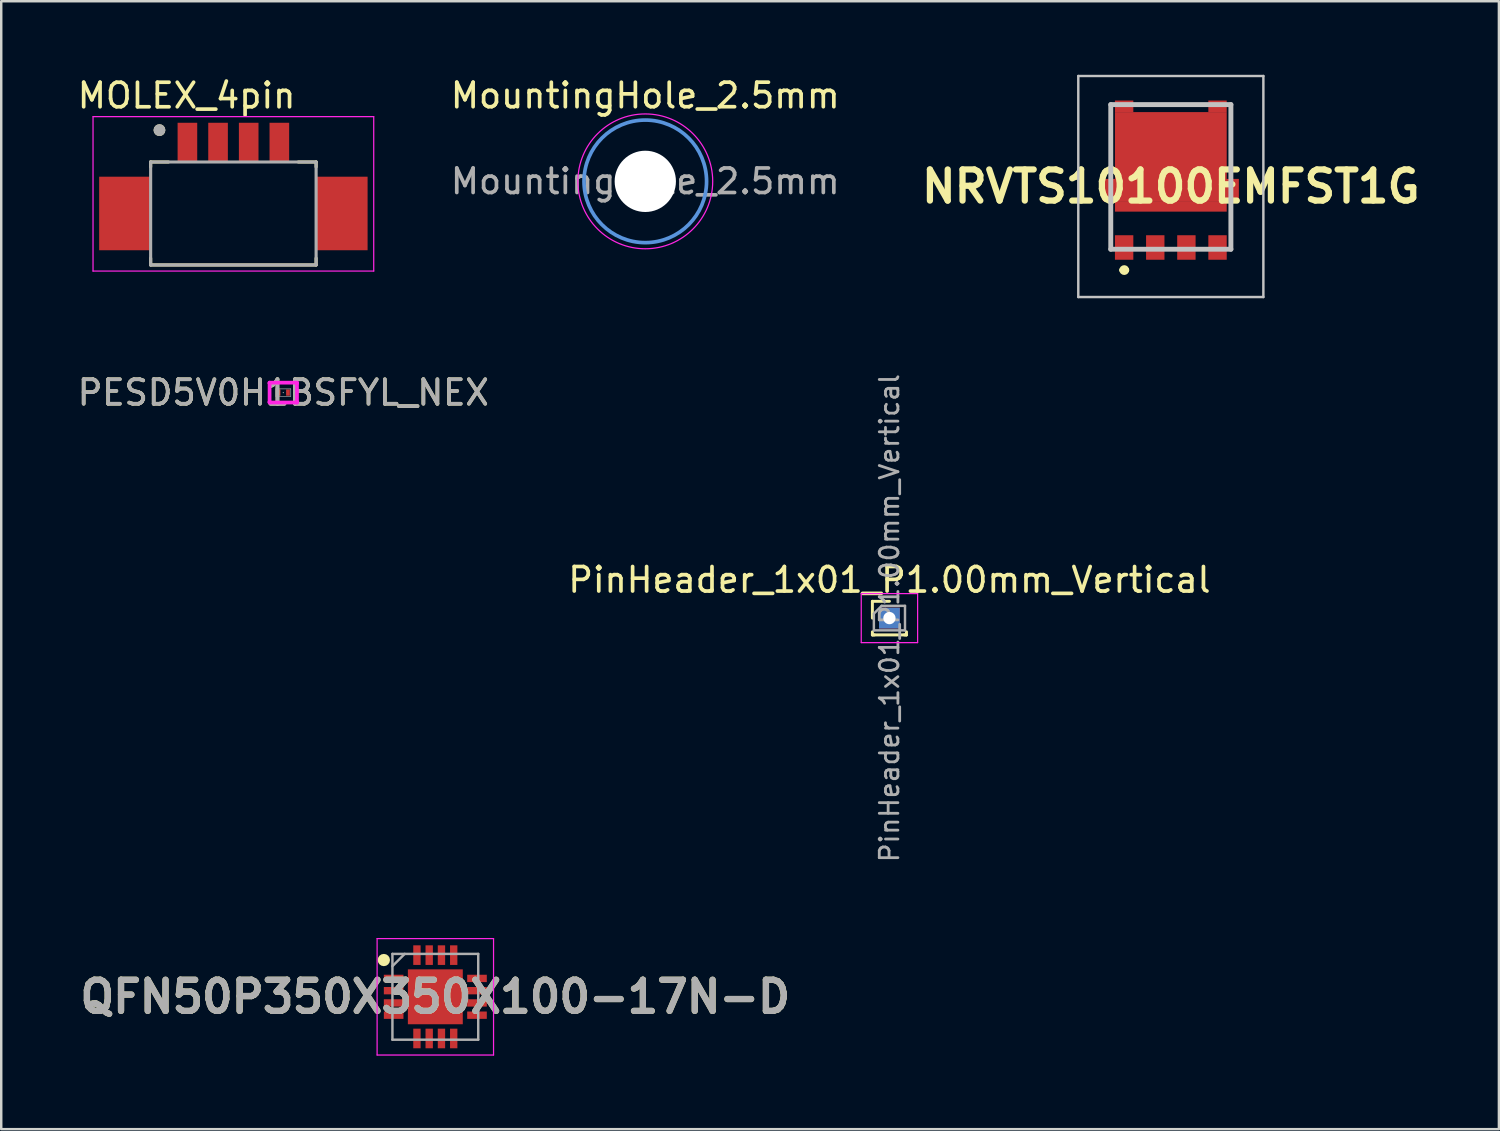
<source format=kicad_pcb>
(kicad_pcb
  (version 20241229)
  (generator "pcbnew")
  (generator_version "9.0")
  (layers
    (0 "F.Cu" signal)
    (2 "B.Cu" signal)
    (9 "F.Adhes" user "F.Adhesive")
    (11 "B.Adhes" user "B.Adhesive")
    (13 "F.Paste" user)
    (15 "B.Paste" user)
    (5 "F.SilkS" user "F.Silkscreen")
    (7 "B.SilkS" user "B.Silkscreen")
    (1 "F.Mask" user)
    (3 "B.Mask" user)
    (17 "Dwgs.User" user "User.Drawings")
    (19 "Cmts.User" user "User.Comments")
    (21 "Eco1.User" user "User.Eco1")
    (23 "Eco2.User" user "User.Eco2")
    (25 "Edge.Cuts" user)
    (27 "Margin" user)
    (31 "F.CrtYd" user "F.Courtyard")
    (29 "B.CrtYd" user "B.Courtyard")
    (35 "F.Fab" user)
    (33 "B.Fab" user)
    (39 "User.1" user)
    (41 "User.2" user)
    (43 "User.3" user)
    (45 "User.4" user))
  (footprint "NRVTS10100EMFST1G"
    (layer "F.Cu")
    (at 42.806 7.067)
    (property "Reference" "NRVTS10100EMFST1G" (at 1.905 -2.509 0) (layer "F.SilkS") (effects (font (size 1.27 1.27) (thickness 0.254))))
    (attr smd)
    (fp_line (start -0.545 -5.4) (end -0.545 -3.4) (stroke (width 0.1) (type solid)) (layer "F.SilkS"))
    (fp_line (start -0.545 -1.4) (end -0.545 -0.9) (stroke (width 0.1) (type solid)) (layer "F.SilkS"))
    (fp_line (start -0.095 0.9) (end -0.095 0.9) (stroke (width 0.2) (type solid)) (layer "F.SilkS"))
    (fp_line (start 0.105 0.9) (end 0.105 0.9) (stroke (width 0.2) (type solid)) (layer "F.SilkS"))
    (fp_line (start 0.905 -5.85) (end 2.905 -5.85) (stroke (width 0.1) (type solid)) (layer "F.SilkS"))
    (fp_line (start 4.355 -5.4) (end 4.355 -3.4) (stroke (width 0.1) (type solid)) (layer "F.SilkS"))
    (fp_line (start 4.355 -1.4) (end 4.355 -0.9) (stroke (width 0.1) (type solid)) (layer "F.SilkS"))
    (fp_arc (start -0.095 0.9) (mid 0.005 0.8) (end 0.105 0.9) (stroke (width 0.2) (type solid)) (layer "F.SilkS"))
    (fp_arc (start 0.105 0.9) (mid 0.005 1) (end -0.095 0.9) (stroke (width 0.2) (type solid)) (layer "F.SilkS"))
    (fp_line (start -1.87 -7.017) (end 5.68 -7.017) (stroke (width 0.1) (type solid)) (layer "Dwgs.User"))
    (fp_line (start -1.87 2) (end -1.87 -7.017) (stroke (width 0.1) (type solid)) (layer "Dwgs.User"))
    (fp_line (start -0.545 -5.85) (end 4.355 -5.85) (stroke (width 0.2) (type solid)) (layer "Dwgs.User"))
    (fp_line (start -0.545 0.05) (end -0.545 -5.85) (stroke (width 0.2) (type solid)) (layer "Dwgs.User"))
    (fp_line (start 4.355 -5.85) (end 4.355 0.05) (stroke (width 0.2) (type solid)) (layer "Dwgs.User"))
    (fp_line (start 4.355 0.05) (end -0.545 0.05) (stroke (width 0.2) (type solid)) (layer "Dwgs.User"))
    (fp_line (start 5.68 -7.017) (end 5.68 2) (stroke (width 0.1) (type solid)) (layer "Dwgs.User"))
    (fp_line (start 5.68 2) (end -1.87 2) (stroke (width 0.1) (type solid)) (layer "Dwgs.User"))
    (pad "1" smd rect (at 0 -0.021) (size 0.75 1) (layers "F.Cu" "F.Mask" "F.Paste"))
    (pad "2" smd rect (at 1.27 -0.021) (size 0.75 1) (layers "F.Cu" "F.Mask" "F.Paste"))
    (pad "3" smd rect (at 2.54 -0.021) (size 0.75 1) (layers "F.Cu" "F.Mask" "F.Paste"))
    (pad "4" smd rect (at 3.81 -0.021) (size 0.75 1) (layers "F.Cu" "F.Mask" "F.Paste"))
    (pad "5" smd rect (at 3.81 -5.779 90) (size 0.475 0.75) (layers "F.Cu" "F.Mask" "F.Paste"))
    (pad "6" smd rect (at 0 -5.779 90) (size 0.475 0.75) (layers "F.Cu" "F.Mask" "F.Paste"))
    (pad "7" smd rect (at 1.905 -4.179 90) (size 2.73 4.56) (layers "F.Cu" "F.Mask" "F.Paste"))
    (pad "8" smd rect (at 1.905 -2.364 90) (size 0.91 5.55) (layers "F.Cu" "F.Mask" "F.Paste"))
    (pad "9" smd rect (at 1.905 -1.699 90) (size 0.43 4.56) (layers "F.Cu" "F.Mask" "F.Paste")))
  (footprint "MOLEX_4pin"
    (layer "F.Cu")
    (at 6.47 2.758)
    (property "Reference" "MOLEX_4pin" (at -1.908 -1.908 0) (layer "F.SilkS") (effects (font (size 1.002 1.002) (thickness 0.15))))
    (attr smd)
    (fp_line (start -3.375 0.8) (end -3.375 1) (stroke (width 0.127) (type solid)) (layer "F.SilkS"))
    (fp_line (start -3.375 5) (end -3.375 4.725) (stroke (width 0.127) (type solid)) (layer "F.SilkS"))
    (fp_line (start -3.375 5) (end 3.375 5) (stroke (width 0.127) (type solid)) (layer "F.SilkS"))
    (fp_line (start -2.65 0.8) (end -3.375 0.8) (stroke (width 0.127) (type solid)) (layer "F.SilkS"))
    (fp_line (start 2.65 0.8) (end 3.375 0.8) (stroke (width 0.127) (type solid)) (layer "F.SilkS"))
    (fp_line (start 3.375 0.8) (end 3.375 1) (stroke (width 0.127) (type solid)) (layer "F.SilkS"))
    (fp_line (start 3.375 5) (end 3.375 4.725) (stroke (width 0.127) (type solid)) (layer "F.SilkS"))
    (fp_circle (center -3.015 -0.5) (end -2.895 -0.5) (stroke (width 0.24) (type solid)) (fill no) (layer "F.SilkS"))
    (fp_line (start -5.725 -1.05) (end 5.725 -1.05) (stroke (width 0.05) (type solid)) (layer "F.CrtYd"))
    (fp_line (start -5.725 5.25) (end -5.725 -1.05) (stroke (width 0.05) (type solid)) (layer "F.CrtYd"))
    (fp_line (start 5.725 -1.05) (end 5.725 5.25) (stroke (width 0.05) (type solid)) (layer "F.CrtYd"))
    (fp_line (start 5.725 5.25) (end -5.725 5.25) (stroke (width 0.05) (type solid)) (layer "F.CrtYd"))
    (fp_line (start -3.375 0.8) (end 3.375 0.8) (stroke (width 0.127) (type solid)) (layer "F.Fab"))
    (fp_line (start -3.375 5) (end -3.375 0.8) (stroke (width 0.127) (type solid)) (layer "F.Fab"))
    (fp_line (start -3.375 5) (end 3.375 5) (stroke (width 0.127) (type solid)) (layer "F.Fab"))
    (fp_line (start 3.375 0.8) (end 3.375 5) (stroke (width 0.127) (type solid)) (layer "F.Fab"))
    (fp_circle (center -3.015 -0.5) (end -2.895 -0.5) (stroke (width 0.24) (type solid)) (fill no) (layer "F.Fab"))
    (pad "1" smd rect (at -1.875 0) (size 0.8 1.6) (layers "F.Cu" "F.Mask" "F.Paste"))
    (pad "2" smd rect (at -0.625 0) (size 0.8 1.6) (layers "F.Cu" "F.Mask" "F.Paste"))
    (pad "3" smd rect (at 0.625 0) (size 0.8 1.6) (layers "F.Cu" "F.Mask" "F.Paste"))
    (pad "4" smd rect (at 1.875 0) (size 0.8 1.6) (layers "F.Cu" "F.Mask" "F.Paste"))
    (pad "S1" smd rect (at -4.425 2.9) (size 2.1 3) (layers "F.Cu" "F.Mask" "F.Paste"))
    (pad "S2" smd rect (at 4.425 2.9) (size 2.1 3) (layers "F.Cu" "F.Mask" "F.Paste")))
  (footprint "PESD5V0H1BSFYL_NEX"
    (layer "F.Cu")
    (at 8.506 12.965)
    (property "Reference" "PESD5V0H1BSFYL_NEX" (at 0 0 0) (unlocked yes) (layer "F.SilkS") (effects (font (size 1 1) (thickness 0.15))))
    (attr smd)
    (fp_line (start -0.559 -0.406) (end 0.559 -0.406) (stroke (width 0.152) (type solid)) (layer "F.CrtYd"))
    (fp_line (start -0.559 -0.381) (end -0.559 -0.406) (stroke (width 0.152) (type solid)) (layer "F.CrtYd"))
    (fp_line (start -0.559 -0.381) (end -0.559 -0.381) (stroke (width 0.152) (type solid)) (layer "F.CrtYd"))
    (fp_line (start -0.559 0.381) (end -0.559 -0.381) (stroke (width 0.152) (type solid)) (layer "F.CrtYd"))
    (fp_line (start -0.559 0.381) (end -0.559 0.381) (stroke (width 0.152) (type solid)) (layer "F.CrtYd"))
    (fp_line (start -0.559 0.406) (end -0.559 0.381) (stroke (width 0.152) (type solid)) (layer "F.CrtYd"))
    (fp_line (start 0.559 -0.406) (end 0.559 -0.381) (stroke (width 0.152) (type solid)) (layer "F.CrtYd"))
    (fp_line (start 0.559 -0.381) (end 0.559 -0.381) (stroke (width 0.152) (type solid)) (layer "F.CrtYd"))
    (fp_line (start 0.559 -0.381) (end 0.559 0.381) (stroke (width 0.152) (type solid)) (layer "F.CrtYd"))
    (fp_line (start 0.559 0.381) (end 0.559 0.381) (stroke (width 0.152) (type solid)) (layer "F.CrtYd"))
    (fp_line (start 0.559 0.381) (end 0.559 0.406) (stroke (width 0.152) (type solid)) (layer "F.CrtYd"))
    (fp_line (start 0.559 0.406) (end -0.559 0.406) (stroke (width 0.152) (type solid)) (layer "F.CrtYd"))
    (fp_line (start -0.305 -0.152) (end -0.305 0.152) (stroke (width 0.025) (type solid)) (layer "F.Fab"))
    (fp_line (start -0.305 0.152) (end 0.305 0.152) (stroke (width 0.025) (type solid)) (layer "F.Fab"))
    (fp_line (start 0.305 -0.152) (end -0.305 -0.152) (stroke (width 0.025) (type solid)) (layer "F.Fab"))
    (fp_line (start 0.305 0.152) (end 0.305 -0.152) (stroke (width 0.025) (type solid)) (layer "F.Fab"))
    (fp_circle (center 0 0) (end 0 0) (stroke (width 0.025) (type solid)) (fill no) (layer "F.Fab"))
    (fp_text user "${REFERENCE}" (at 0 0 0) (unlocked yes) (layer "F.Fab") (effects (font (size 1 1) (thickness 0.15))))
    (pad "1" smd rect (at -0.191 0) (size 0.152 0.254) (layers "F.Cu" "F.Mask" "F.Paste"))
    (pad "2" smd rect (at 0.191 0) (size 0.152 0.254) (layers "F.Cu" "F.Mask" "F.Paste")))
  (footprint "PinHeader_1x01_P1.00mm_Vertical"
    (layer "F.Cu")
    (at 33.232 22.164)
    (property "Reference" "PinHeader_1x01_P1.00mm_Vertical" (at 0 -1.56 0) (layer "F.SilkS") (effects (font (size 1 1) (thickness 0.15))))
    (attr through_hole)
    (fp_line (start -0.695 -0.685) (end 0 -0.685) (stroke (width 0.12) (type solid)) (layer "F.SilkS"))
    (fp_line (start -0.695 0) (end -0.695 -0.685) (stroke (width 0.12) (type solid)) (layer "F.SilkS"))
    (fp_line (start -0.695 0.685) (end -0.695 0.56) (stroke (width 0.12) (type solid)) (layer "F.SilkS"))
    (fp_line (start -0.695 0.685) (end -0.608 0.685) (stroke (width 0.12) (type solid)) (layer "F.SilkS"))
    (fp_line (start -0.695 0.685) (end 0.695 0.685) (stroke (width 0.12) (type solid)) (layer "F.SilkS"))
    (fp_line (start 0.608 0.685) (end 0.695 0.685) (stroke (width 0.12) (type solid)) (layer "F.SilkS"))
    (fp_line (start 0.695 0.685) (end 0.695 0.56) (stroke (width 0.12) (type solid)) (layer "F.SilkS"))
    (fp_line (start -1.15 -1) (end -1.15 1) (stroke (width 0.05) (type solid)) (layer "F.CrtYd"))
    (fp_line (start -1.15 1) (end 1.15 1) (stroke (width 0.05) (type solid)) (layer "F.CrtYd"))
    (fp_line (start 1.15 -1) (end -1.15 -1) (stroke (width 0.05) (type solid)) (layer "F.CrtYd"))
    (fp_line (start 1.15 1) (end 1.15 -1) (stroke (width 0.05) (type solid)) (layer "F.CrtYd"))
    (fp_line (start -0.635 -0.182) (end -0.318 -0.5) (stroke (width 0.1) (type solid)) (layer "F.Fab"))
    (fp_line (start -0.635 0.5) (end -0.635 -0.182) (stroke (width 0.1) (type solid)) (layer "F.Fab"))
    (fp_line (start -0.318 -0.5) (end 0.635 -0.5) (stroke (width 0.1) (type solid)) (layer "F.Fab"))
    (fp_line (start 0.635 -0.5) (end 0.635 0.5) (stroke (width 0.1) (type solid)) (layer "F.Fab"))
    (fp_line (start 0.635 0.5) (end -0.635 0.5) (stroke (width 0.1) (type solid)) (layer "F.Fab"))
    (fp_text user "${REFERENCE}" (at 0 0 90) (layer "F.Fab") (effects (font (size 0.76 0.76) (thickness 0.114))))
    (pad "1" thru_hole rect (at 0 0) (size 0.85 0.85) (drill 0.5) (layers "*.Cu" "*.Mask")))
  (footprint "MountingHole_2.5mm"
    (layer "F.Cu")
    (at 23.273 4.348)
    (property "Reference" "MountingHole_2.5mm" (at 0 -3.5 0) (layer "F.SilkS") (effects (font (size 1 1) (thickness 0.15))))
    (attr exclude_from_pos_files)
    (fp_circle (center 0 0) (end 2.5 0) (stroke (width 0.15) (type solid)) (fill no) (layer "Cmts.User"))
    (fp_circle (center 0 0) (end 2.75 0) (stroke (width 0.05) (type solid)) (fill no) (layer "F.CrtYd"))
    (fp_text user "${REFERENCE}" (at 0 0 0) (layer "F.Fab") (effects (font (size 1 1) (thickness 0.15))))
    (pad "" np_thru_hole circle (at 0 0) (size 2.5 2.5) (drill 2.5) (layers "*.Cu" "*.Mask")))
  (footprint "QFN50P350X350X100-17N-D"
    (layer "F.Cu")
    (at 14.708 37.612)
    (property "Reference" "QFN50P350X350X100-17N-D" (at 0 0 0) (layer "F.SilkS") (effects (font (size 1.27 1.27) (thickness 0.254))))
    (attr smd)
    (fp_circle (center -2.1 -1.5) (end -2.1 -1.375) (stroke (width 0.25) (type solid)) (fill no) (layer "F.SilkS"))
    (fp_line (start -2.375 -2.375) (end 2.375 -2.375) (stroke (width 0.05) (type solid)) (layer "F.CrtYd"))
    (fp_line (start -2.375 2.375) (end -2.375 -2.375) (stroke (width 0.05) (type solid)) (layer "F.CrtYd"))
    (fp_line (start 2.375 -2.375) (end 2.375 2.375) (stroke (width 0.05) (type solid)) (layer "F.CrtYd"))
    (fp_line (start 2.375 2.375) (end -2.375 2.375) (stroke (width 0.05) (type solid)) (layer "F.CrtYd"))
    (fp_line (start -1.75 -1.75) (end 1.75 -1.75) (stroke (width 0.1) (type solid)) (layer "F.Fab"))
    (fp_line (start -1.75 -1.25) (end -1.25 -1.75) (stroke (width 0.1) (type solid)) (layer "F.Fab"))
    (fp_line (start -1.75 1.75) (end -1.75 -1.75) (stroke (width 0.1) (type solid)) (layer "F.Fab"))
    (fp_line (start 1.75 -1.75) (end 1.75 1.75) (stroke (width 0.1) (type solid)) (layer "F.Fab"))
    (fp_line (start 1.75 1.75) (end -1.75 1.75) (stroke (width 0.1) (type solid)) (layer "F.Fab"))
    (fp_text user "${REFERENCE}" (at 0 0 0) (layer "F.Fab") (effects (font (size 1.27 1.27) (thickness 0.254))))
    (pad "1" smd rect (at -1.7 -0.75 90) (size 0.3 0.8) (layers "F.Cu" "F.Mask" "F.Paste"))
    (pad "2" smd rect (at -1.7 -0.25 90) (size 0.3 0.8) (layers "F.Cu" "F.Mask" "F.Paste"))
    (pad "3" smd rect (at -1.7 0.25 90) (size 0.3 0.8) (layers "F.Cu" "F.Mask" "F.Paste"))
    (pad "4" smd rect (at -1.7 0.75 90) (size 0.3 0.8) (layers "F.Cu" "F.Mask" "F.Paste"))
    (pad "5" smd rect (at -0.75 1.7) (size 0.3 0.8) (layers "F.Cu" "F.Mask" "F.Paste"))
    (pad "6" smd rect (at -0.25 1.7) (size 0.3 0.8) (layers "F.Cu" "F.Mask" "F.Paste"))
    (pad "7" smd rect (at 0.25 1.7) (size 0.3 0.8) (layers "F.Cu" "F.Mask" "F.Paste"))
    (pad "8" smd rect (at 0.75 1.7) (size 0.3 0.8) (layers "F.Cu" "F.Mask" "F.Paste"))
    (pad "9" smd rect (at 1.7 0.75 90) (size 0.3 0.8) (layers "F.Cu" "F.Mask" "F.Paste"))
    (pad "10" smd rect (at 1.7 0.25 90) (size 0.3 0.8) (layers "F.Cu" "F.Mask" "F.Paste"))
    (pad "11" smd rect (at 1.7 -0.25 90) (size 0.3 0.8) (layers "F.Cu" "F.Mask" "F.Paste"))
    (pad "12" smd rect (at 1.7 -0.75 90) (size 0.3 0.8) (layers "F.Cu" "F.Mask" "F.Paste"))
    (pad "13" smd rect (at 0.75 -1.7) (size 0.3 0.8) (layers "F.Cu" "F.Mask" "F.Paste"))
    (pad "14" smd rect (at 0.25 -1.7) (size 0.3 0.8) (layers "F.Cu" "F.Mask" "F.Paste"))
    (pad "15" smd rect (at -0.25 -1.7) (size 0.3 0.8) (layers "F.Cu" "F.Mask" "F.Paste"))
    (pad "16" smd rect (at -0.75 -1.7) (size 0.3 0.8) (layers "F.Cu" "F.Mask" "F.Paste"))
    (pad "17" smd rect (at 0 0) (size 2.24 2.24) (layers "F.Cu" "F.Mask" "F.Paste")))
  (gr_rect
    (start -3 -3)
    (end 58.094 43.012)
    (stroke (width 0.1) (type default))
    (fill no)
    (layer "Edge.Cuts")))
</source>
